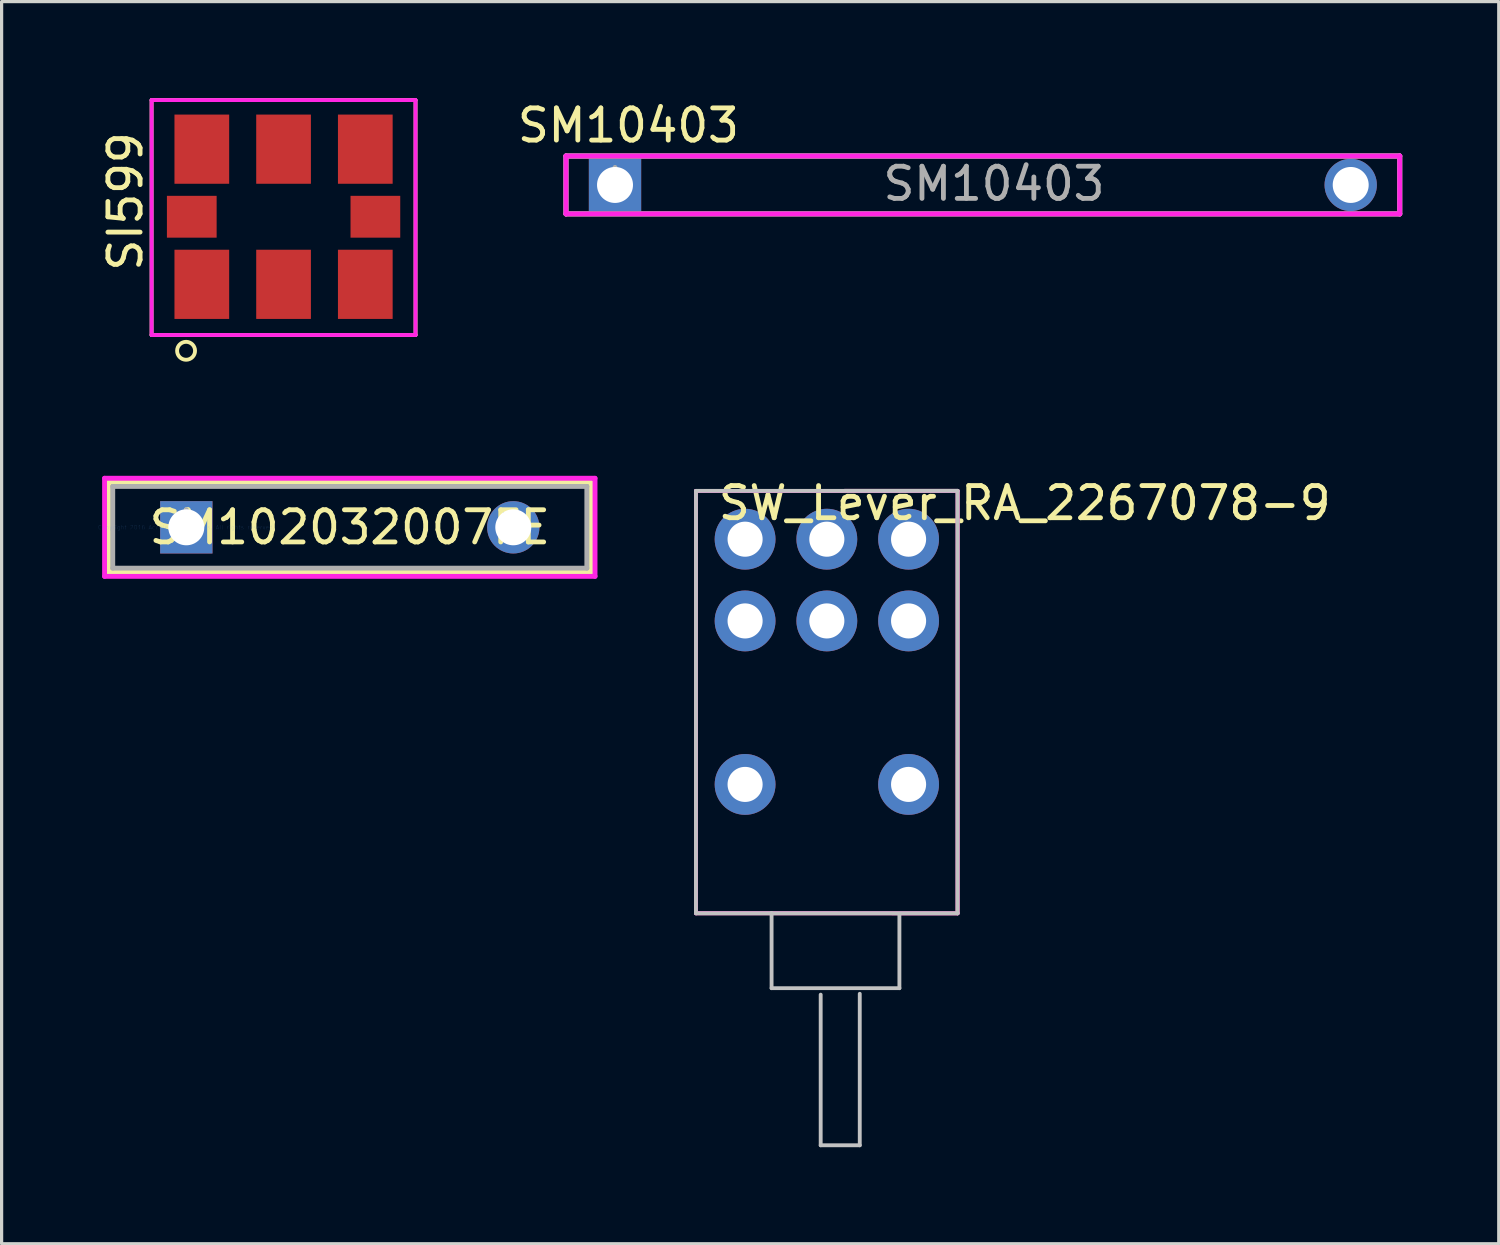
<source format=kicad_pcb>
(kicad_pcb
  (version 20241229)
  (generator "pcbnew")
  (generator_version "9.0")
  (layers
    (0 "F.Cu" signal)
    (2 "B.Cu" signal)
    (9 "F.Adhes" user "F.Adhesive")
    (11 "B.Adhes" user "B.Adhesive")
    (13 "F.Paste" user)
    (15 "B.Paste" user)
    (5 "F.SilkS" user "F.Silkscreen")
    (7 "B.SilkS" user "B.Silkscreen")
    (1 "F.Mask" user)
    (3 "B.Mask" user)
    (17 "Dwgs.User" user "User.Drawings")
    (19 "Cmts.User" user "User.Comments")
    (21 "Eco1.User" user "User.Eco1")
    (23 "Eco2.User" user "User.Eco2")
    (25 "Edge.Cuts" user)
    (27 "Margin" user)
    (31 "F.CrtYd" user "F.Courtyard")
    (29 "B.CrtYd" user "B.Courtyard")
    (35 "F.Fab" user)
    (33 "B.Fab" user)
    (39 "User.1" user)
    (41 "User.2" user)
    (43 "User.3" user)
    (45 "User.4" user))
  (footprint "SM102032007FE"
    (layer "F.Cu")
    (at 2.739 13.335)
    (property "Reference" "SM102032007FE" (at 5.08 0 0) (layer "F.SilkS") (effects (font (size 1 1) (thickness 0.15))))
    (attr through_hole)
    (fp_line (start -2.413 -1.397) (end -2.413 1.397) (stroke (width 0.152) (type solid)) (layer "F.SilkS"))
    (fp_line (start 12.573 -1.397) (end -2.413 -1.397) (stroke (width 0.152) (type solid)) (layer "F.SilkS"))
    (fp_line (start 12.573 -1.397) (end 12.573 1.397) (stroke (width 0.152) (type solid)) (layer "F.SilkS"))
    (fp_line (start 12.573 1.397) (end -2.413 1.397) (stroke (width 0.152) (type solid)) (layer "F.SilkS"))
    (fp_line (start -2.54 -1.524) (end 12.7 -1.524) (stroke (width 0.152) (type solid)) (layer "F.CrtYd"))
    (fp_line (start -2.54 1.524) (end -2.54 -1.524) (stroke (width 0.152) (type solid)) (layer "F.CrtYd"))
    (fp_line (start 12.7 -1.524) (end 12.7 1.524) (stroke (width 0.152) (type solid)) (layer "F.CrtYd"))
    (fp_line (start 12.7 1.524) (end -2.54 1.524) (stroke (width 0.152) (type solid)) (layer "F.CrtYd"))
    (fp_line (start -2.286 -1.27) (end -2.286 1.27) (stroke (width 0.152) (type solid)) (layer "F.Fab"))
    (fp_line (start 12.446 -1.27) (end -2.286 -1.27) (stroke (width 0.152) (type solid)) (layer "F.Fab"))
    (fp_line (start 12.446 -1.27) (end 12.446 1.27) (stroke (width 0.152) (type solid)) (layer "F.Fab"))
    (fp_line (start 12.446 1.27) (end -2.286 1.27) (stroke (width 0.152) (type solid)) (layer "F.Fab"))
    (fp_text user "*" (at 0 0 0) (layer "F.SilkS") (effects (font (size 1 1) (thickness 0.15))))
    (fp_text user "Copyright 2016 Accelerated Designs. All rights reserved." (at 0 0 0) (layer "Cmts.User") (effects (font (size 0.127 0.127) (thickness 0.002))))
    (fp_text user "*" (at 0 0 0) (layer "F.Fab") (effects (font (size 1 1) (thickness 0.15))))
    (pad "1" thru_hole rect (at 0 0) (size 1.626 1.626) (drill 1.118) (layers "*.Cu" "*.Mask"))
    (pad "2" thru_hole circle (at 10.16 0) (size 1.626 1.626) (drill 1.118) (layers "*.Cu" "*.Mask")))
  (footprint "SW_Lever_RA_2267078-9"
    (layer "F.Cu")
    (at 18.968 21.732)
    (property "Reference" "SW_Lever_RA_2267078-9" (at 9.822 -9.149 0) (layer "F.SilkS") (effects (font (size 1 1) (thickness 0.15))))
    (attr through_hole)
    (fp_line (start -0.392 3.596) (end -0.391 -9.528) (stroke (width 0.12) (type solid)) (layer "F.SilkS"))
    (fp_line (start -0.392 3.596) (end 7.737 3.597) (stroke (width 0.12) (type solid)) (layer "F.SilkS"))
    (fp_line (start -0.391 -9.528) (end 7.738 -9.529) (stroke (width 0.12) (type solid)) (layer "F.SilkS"))
    (fp_line (start 7.737 3.597) (end 7.738 -9.529) (stroke (width 0.12) (type solid)) (layer "F.SilkS"))
    (fp_line (start -0.393 3.595) (end -0.392 -9.529) (stroke (width 0.12) (type solid)) (layer "Dwgs.User"))
    (fp_line (start -0.393 3.595) (end 7.736 3.596) (stroke (width 0.12) (type solid)) (layer "Dwgs.User"))
    (fp_line (start -0.392 -9.529) (end 7.737 -9.53) (stroke (width 0.12) (type solid)) (layer "Dwgs.User"))
    (fp_line (start 1.957 3.588) (end 1.957 5.923) (stroke (width 0.12) (type solid)) (layer "Dwgs.User"))
    (fp_line (start 1.957 5.923) (end 5.929 5.923) (stroke (width 0.12) (type solid)) (layer "Dwgs.User"))
    (fp_line (start 3.483 6.125) (end 3.483 10.805) (stroke (width 0.12) (type solid)) (layer "Dwgs.User"))
    (fp_line (start 3.483 10.805) (end 4.697 10.805) (stroke (width 0.12) (type solid)) (layer "Dwgs.User"))
    (fp_line (start 4.697 10.805) (end 4.697 6.098) (stroke (width 0.12) (type solid)) (layer "Dwgs.User"))
    (fp_line (start 5.929 5.923) (end 5.929 3.625) (stroke (width 0.12) (type solid)) (layer "Dwgs.User"))
    (fp_line (start 7.736 3.596) (end 7.737 -9.53) (stroke (width 0.12) (type solid)) (layer "Dwgs.User"))
    (fp_line (start -0.392 3.596) (end -0.391 -9.528) (stroke (width 0.12) (type solid)) (layer "F.CrtYd"))
    (fp_line (start -0.392 3.596) (end 7.737 3.597) (stroke (width 0.12) (type solid)) (layer "F.CrtYd"))
    (fp_line (start -0.391 -9.528) (end 7.738 -9.529) (stroke (width 0.12) (type solid)) (layer "F.CrtYd"))
    (fp_line (start 7.737 3.597) (end 7.738 -9.529) (stroke (width 0.12) (type solid)) (layer "F.CrtYd"))
    (pad "" np_thru_hole circle (at 1.134 -0.408) (size 1.89 1.89) (drill 1.09) (layers "*.Cu" "*.Mask"))
    (pad "" np_thru_hole circle (at 6.214 -0.408) (size 1.89 1.89) (drill 1.09) (layers "*.Cu" "*.Mask"))
    (pad "1" thru_hole circle (at 6.214 -5.488) (size 1.89 1.89) (drill 1.09) (layers "*.Cu" "*.Mask"))
    (pad "2" thru_hole circle (at 3.674 -5.488) (size 1.89 1.89) (drill 1.09) (layers "*.Cu" "*.Mask"))
    (pad "3" thru_hole circle (at 1.134 -5.488) (size 1.89 1.89) (drill 1.09) (layers "*.Cu" "*.Mask"))
    (pad "4" thru_hole circle (at 6.214 -8.028) (size 1.89 1.89) (drill 1.09) (layers "*.Cu" "*.Mask"))
    (pad "5" thru_hole circle (at 3.674 -8.028) (size 1.89 1.89) (drill 1.09) (layers "*.Cu" "*.Mask"))
    (pad "6" thru_hole circle (at 1.134 -8.028) (size 1.89 1.89) (drill 1.09) (layers "*.Cu" "*.Mask")))
  (footprint "SM10403"
    (layer "F.Cu")
    (at 16.06 2.697)
    (property "Reference" "SM10403" (at 0.416 -1.849 0) (layer "F.SilkS") (effects (font (size 1 1) (thickness 0.15))))
    (attr through_hole)
    (fp_line (start -1.524 -0.9) (end 24.384 -0.9) (stroke (width 0.152) (type solid)) (layer "F.SilkS"))
    (fp_line (start -1.524 0.9) (end -1.524 -0.9) (stroke (width 0.152) (type solid)) (layer "F.SilkS"))
    (fp_line (start 24.384 0.9) (end -1.524 0.9) (stroke (width 0.152) (type solid)) (layer "F.SilkS"))
    (fp_line (start 24.384 0.9) (end 24.384 -0.9) (stroke (width 0.152) (type solid)) (layer "F.SilkS"))
    (fp_line (start -1.524 -0.9) (end 24.384 -0.9) (stroke (width 0.152) (type solid)) (layer "F.CrtYd"))
    (fp_line (start -1.524 0.9) (end -1.524 -0.9) (stroke (width 0.152) (type solid)) (layer "F.CrtYd"))
    (fp_line (start 24.384 0.9) (end -1.524 0.9) (stroke (width 0.152) (type solid)) (layer "F.CrtYd"))
    (fp_line (start 24.384 0.9) (end 24.384 -0.9) (stroke (width 0.152) (type solid)) (layer "F.CrtYd"))
    (fp_line (start -1.524 -0.9) (end 24.384 -0.9) (stroke (width 0.152) (type solid)) (layer "F.Fab"))
    (fp_line (start -1.524 0.9) (end -1.524 -0.9) (stroke (width 0.152) (type solid)) (layer "F.Fab"))
    (fp_line (start 24.384 0.9) (end -1.524 0.9) (stroke (width 0.152) (type solid)) (layer "F.Fab"))
    (fp_line (start 24.384 0.9) (end 24.384 -0.9) (stroke (width 0.152) (type solid)) (layer "F.Fab"))
    (fp_text user "*" (at 0 0 0) (layer "F.Fab") (effects (font (size 1 1) (thickness 0.15))))
    (fp_text user "${REFERENCE}" (at 11.776 -0.037 0) (layer "F.Fab") (effects (font (size 1 1) (thickness 0.15))))
    (pad "1" thru_hole rect (at 0 0) (size 1.626 1.626) (drill 1.118) (layers "*.Cu" "*.Mask"))
    (pad "2" thru_hole circle (at 22.86 0) (size 1.626 1.626) (drill 1.118) (layers "*.Cu" "*.Mask")))
  (footprint "SI599"
    (layer "F.Cu")
    (at 1.681 8.485)
    (property "Reference" "SI599" (at -0.833 -5.275 90) (layer "F.SilkS") (effects (font (size 1 1) (thickness 0.15))))
    (attr through_hole)
    (fp_line (start -0.021 -8.425) (end 8.18 -8.425) (stroke (width 0.12) (type solid)) (layer "F.SilkS"))
    (fp_line (start -0.021 -1.125) (end -0.021 -8.425) (stroke (width 0.12) (type solid)) (layer "F.SilkS"))
    (fp_line (start 8.181 -8.417) (end 8.181 -1.125) (stroke (width 0.12) (type solid)) (layer "F.SilkS"))
    (fp_line (start 8.181 -1.125) (end -0.021 -1.125) (stroke (width 0.12) (type solid)) (layer "F.SilkS"))
    (fp_circle (center 1.051 -0.635) (end 0.86 -0.838) (stroke (width 0.12) (type solid)) (fill no) (layer "F.SilkS"))
    (fp_line (start -0.02 -8.425) (end -0.02 -1.125) (stroke (width 0.12) (type solid)) (layer "F.CrtYd"))
    (fp_line (start -0.02 -1.125) (end 8.18 -1.125) (stroke (width 0.12) (type solid)) (layer "F.CrtYd"))
    (fp_line (start 8.18 -8.425) (end -0.02 -8.425) (stroke (width 0.12) (type solid)) (layer "F.CrtYd"))
    (fp_line (start 8.18 -1.125) (end 8.18 -8.425) (stroke (width 0.12) (type solid)) (layer "F.CrtYd"))
    (pad "1" smd rect (at 1.54 -2.7) (size 1.7 2.15) (layers "F.Cu" "F.Mask" "F.Paste"))
    (pad "2" smd rect (at 4.08 -2.7) (size 1.7 2.15) (layers "F.Cu" "F.Mask" "F.Paste"))
    (pad "3" smd rect (at 6.62 -2.7) (size 1.7 2.15) (layers "F.Cu" "F.Mask" "F.Paste"))
    (pad "4" smd rect (at 6.62 -6.9) (size 1.7 2.15) (layers "F.Cu" "F.Mask" "F.Paste"))
    (pad "5" smd rect (at 4.08 -6.9) (size 1.7 2.15) (layers "F.Cu" "F.Mask" "F.Paste"))
    (pad "6" smd rect (at 1.54 -6.9) (size 1.7 2.15) (layers "F.Cu" "F.Mask" "F.Paste"))
    (pad "7" smd rect (at 1.228 -4.8) (size 1.545 1.3) (layers "F.Cu" "F.Mask" "F.Paste"))
    (pad "8" smd rect (at 6.933 -4.8) (size 1.545 1.3) (layers "F.Cu" "F.Mask" "F.Paste")))
  (gr_rect
    (start -3 -3)
    (end 43.52 35.597)
    (stroke (width 0.1) (type default))
    (fill no)
    (layer "Edge.Cuts")))
</source>
